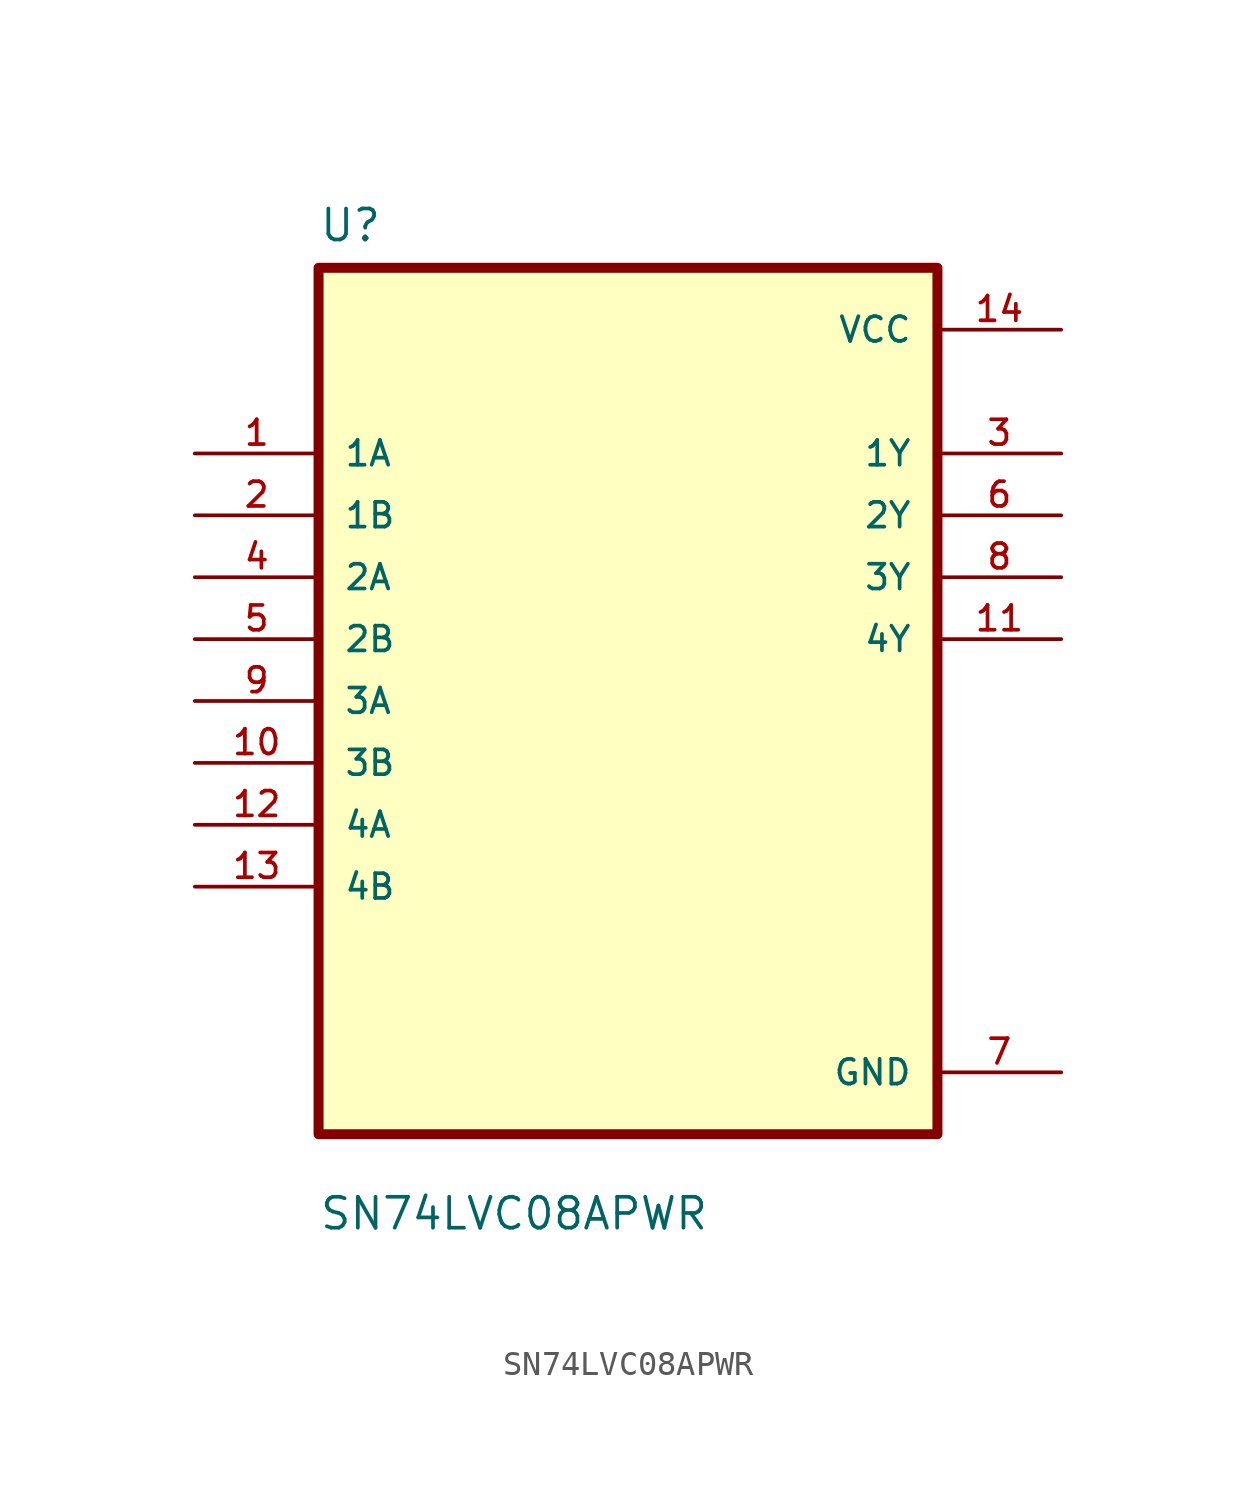
<source format=kicad_sym>
(kicad_symbol_lib
  (version 20211014)
  (generator kicad_symbol_editor)
  (symbol "SN74LVC08APWR"
    (pin_names
      (offset 1.016))
    (property "Reference" "U"
      (at -12.7 18.78 0.0)
      (effects (font (size 1.27 1.27)) (justify bottom left)))
    (property "Value" "SN74LVC08APWR"
      (at -12.7 -21.78 0.0)
      (effects (font (size 1.27 1.27)) (justify bottom left)))
    (symbol "SN74LVC08APWR_0_0"
      (rectangle (start -12.7 -17.78) (end 12.7 17.78) (stroke (width 0.41)) (fill (type background)))
      (pin input line (at -17.78 10.16 0) (length 5.08) (name "1A" (effects (font (size 1.016 1.016)))) (number "1" (effects (font (size 1.016 1.016)))))
      (pin input line (at -17.78 7.62 0) (length 5.08) (name "1B" (effects (font (size 1.016 1.016)))) (number "2" (effects (font (size 1.016 1.016)))))
      (pin input line (at -17.78 5.08 0) (length 5.08) (name "2A" (effects (font (size 1.016 1.016)))) (number "4" (effects (font (size 1.016 1.016)))))
      (pin input line (at -17.78 2.54 0) (length 5.08) (name "2B" (effects (font (size 1.016 1.016)))) (number "5" (effects (font (size 1.016 1.016)))))
      (pin input line (at -17.78 0.0 0) (length 5.08) (name "3A" (effects (font (size 1.016 1.016)))) (number "9" (effects (font (size 1.016 1.016)))))
      (pin input line (at -17.78 -2.54 0) (length 5.08) (name "3B" (effects (font (size 1.016 1.016)))) (number "10" (effects (font (size 1.016 1.016)))))
      (pin input line (at -17.78 -5.08 0) (length 5.08) (name "4A" (effects (font (size 1.016 1.016)))) (number "12" (effects (font (size 1.016 1.016)))))
      (pin input line (at -17.78 -7.62 0) (length 5.08) (name "4B" (effects (font (size 1.016 1.016)))) (number "13" (effects (font (size 1.016 1.016)))))
      (pin power_in line (at 17.78 15.24 180.0) (length 5.08) (name "VCC" (effects (font (size 1.016 1.016)))) (number "14" (effects (font (size 1.016 1.016)))))
      (pin output line (at 17.78 10.16 180.0) (length 5.08) (name "1Y" (effects (font (size 1.016 1.016)))) (number "3" (effects (font (size 1.016 1.016)))))
      (pin output line (at 17.78 7.62 180.0) (length 5.08) (name "2Y" (effects (font (size 1.016 1.016)))) (number "6" (effects (font (size 1.016 1.016)))))
      (pin output line (at 17.78 5.08 180.0) (length 5.08) (name "3Y" (effects (font (size 1.016 1.016)))) (number "8" (effects (font (size 1.016 1.016)))))
      (pin output line (at 17.78 2.54 180.0) (length 5.08) (name "4Y" (effects (font (size 1.016 1.016)))) (number "11" (effects (font (size 1.016 1.016)))))
      (pin power_in line (at 17.78 -15.24 180.0) (length 5.08) (name "GND" (effects (font (size 1.016 1.016)))) (number "7" (effects (font (size 1.016 1.016))))))))
</source>
